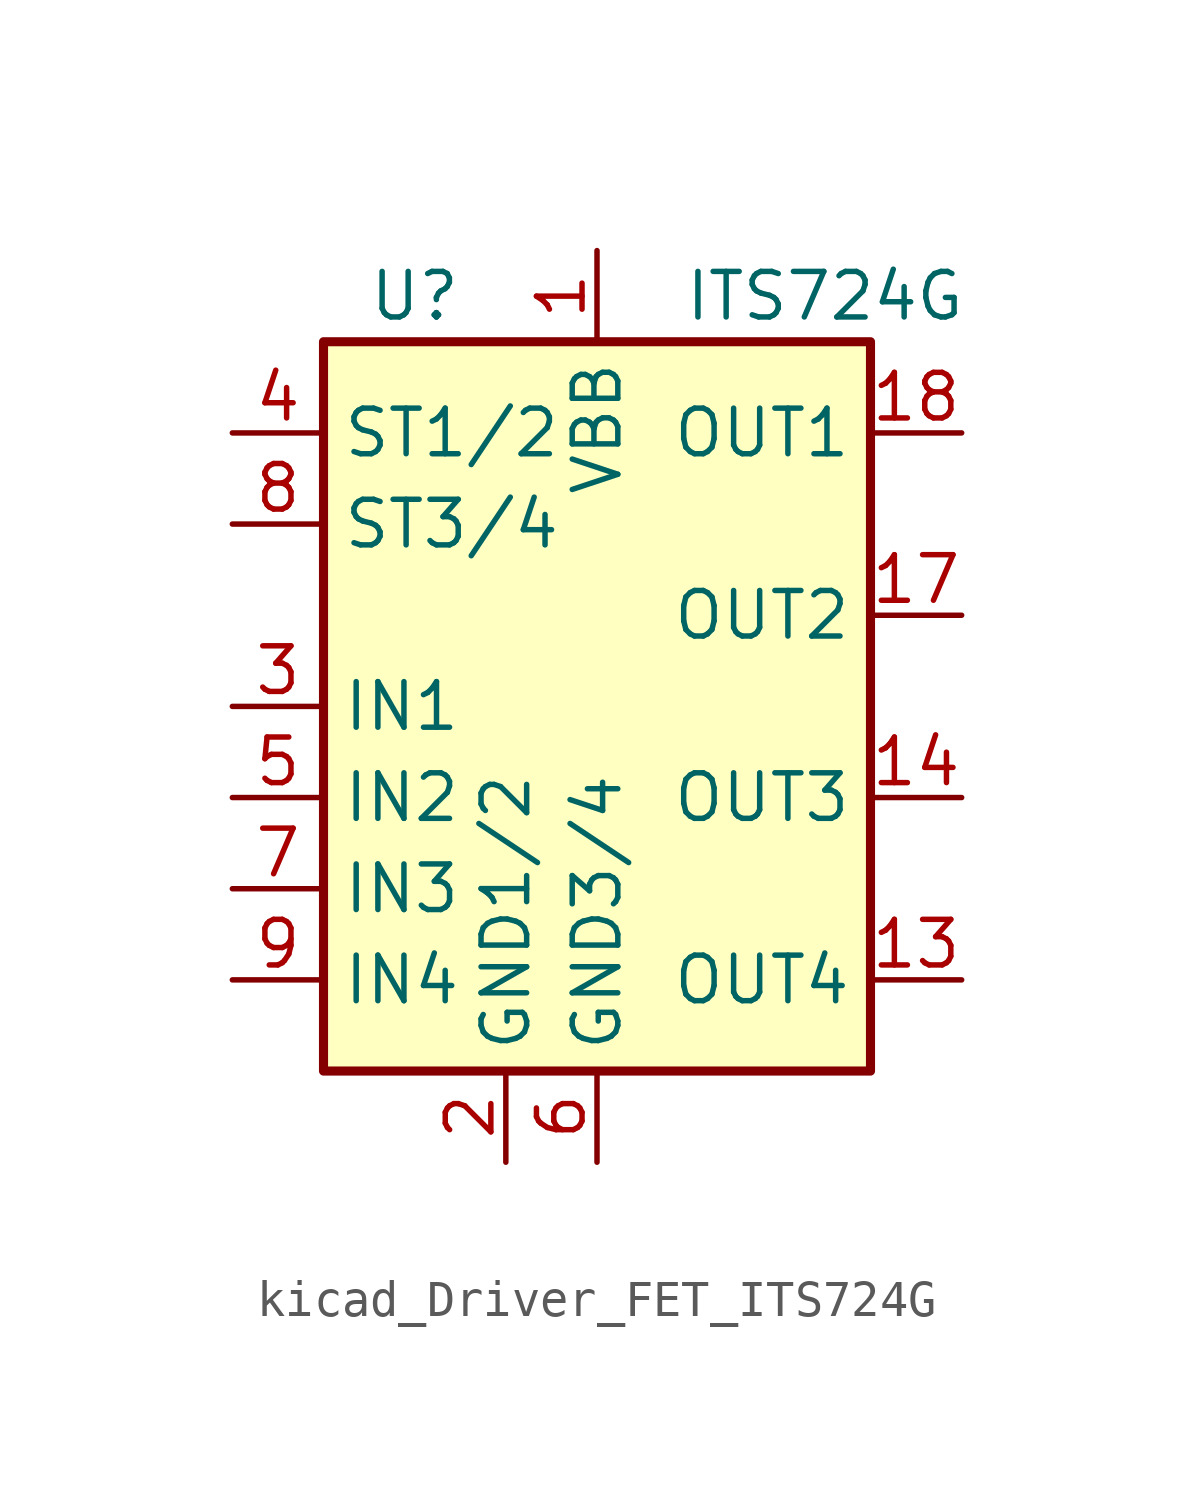
<source format=kicad_sym>
(kicad_symbol_lib
  (version 20220914)
  (generator kicad_symbol_editor)
  (symbol "kicad_Driver_FET_ITS724G"
    (property "Reference" "U"
      (at -5.08 11.43 0)
      (effects (font (size 1.27 1.27))))
    (property "Value" "ITS724G"
      (at 6.35 11.43 0)
      (effects (font (size 1.27 1.27))))
    (symbol "kicad_Driver_FET_ITS724G_0_1"
      (rectangle (start -7.62 10.16) (end 7.62 -10.16) (stroke (width 0.254) (type default)) (fill (type background))))
    (symbol "kicad_Driver_FET_ITS724G_1_1"
      (pin power_in line (at 0 12.7 270) (length 2.54) (name "VBB" (effects (font (size 1.27 1.27)))) (number "1" (effects (font (size 1.27 1.27)))))
      (pin passive line (at 0 12.7 270) (length 2.54) hide (name "VBB" (effects (font (size 1.27 1.27)))) (number "10" (effects (font (size 1.27 1.27)))))
      (pin passive line (at 0 12.7 270) (length 2.54) hide (name "VBB" (effects (font (size 1.27 1.27)))) (number "11" (effects (font (size 1.27 1.27)))))
      (pin passive line (at 0 12.7 270) (length 2.54) hide (name "VBB" (effects (font (size 1.27 1.27)))) (number "12" (effects (font (size 1.27 1.27)))))
      (pin open_emitter line (at 10.16 -7.62 180) (length 2.54) (name "OUT4" (effects (font (size 1.27 1.27)))) (number "13" (effects (font (size 1.27 1.27)))))
      (pin open_emitter line (at 10.16 -2.54 180) (length 2.54) (name "OUT3" (effects (font (size 1.27 1.27)))) (number "14" (effects (font (size 1.27 1.27)))))
      (pin passive line (at 0 12.7 270) (length 2.54) hide (name "VBB" (effects (font (size 1.27 1.27)))) (number "15" (effects (font (size 1.27 1.27)))))
      (pin passive line (at 0 12.7 270) (length 2.54) hide (name "VBB" (effects (font (size 1.27 1.27)))) (number "16" (effects (font (size 1.27 1.27)))))
      (pin open_emitter line (at 10.16 2.54 180) (length 2.54) (name "OUT2" (effects (font (size 1.27 1.27)))) (number "17" (effects (font (size 1.27 1.27)))))
      (pin open_emitter line (at 10.16 7.62 180) (length 2.54) (name "OUT1" (effects (font (size 1.27 1.27)))) (number "18" (effects (font (size 1.27 1.27)))))
      (pin passive line (at 0 12.7 270) (length 2.54) hide (name "VBB" (effects (font (size 1.27 1.27)))) (number "19" (effects (font (size 1.27 1.27)))))
      (pin power_in line (at -2.54 -12.7 90) (length 2.54) (name "GND1/2" (effects (font (size 1.27 1.27)))) (number "2" (effects (font (size 1.27 1.27)))))
      (pin passive line (at 0 12.7 270) (length 2.54) hide (name "VBB" (effects (font (size 1.27 1.27)))) (number "20" (effects (font (size 1.27 1.27)))))
      (pin input line (at -10.16 0 0) (length 2.54) (name "IN1" (effects (font (size 1.27 1.27)))) (number "3" (effects (font (size 1.27 1.27)))))
      (pin open_collector line (at -10.16 7.62 0) (length 2.54) (name "ST1/2" (effects (font (size 1.27 1.27)))) (number "4" (effects (font (size 1.27 1.27)))))
      (pin input line (at -10.16 -2.54 0) (length 2.54) (name "IN2" (effects (font (size 1.27 1.27)))) (number "5" (effects (font (size 1.27 1.27)))))
      (pin power_in line (at 0 -12.7 90) (length 2.54) (name "GND3/4" (effects (font (size 1.27 1.27)))) (number "6" (effects (font (size 1.27 1.27)))))
      (pin input line (at -10.16 -5.08 0) (length 2.54) (name "IN3" (effects (font (size 1.27 1.27)))) (number "7" (effects (font (size 1.27 1.27)))))
      (pin open_collector line (at -10.16 5.08 0) (length 2.54) (name "ST3/4" (effects (font (size 1.27 1.27)))) (number "8" (effects (font (size 1.27 1.27)))))
      (pin input line (at -10.16 -7.62 0) (length 2.54) (name "IN4" (effects (font (size 1.27 1.27)))) (number "9" (effects (font (size 1.27 1.27))))))))
</source>
